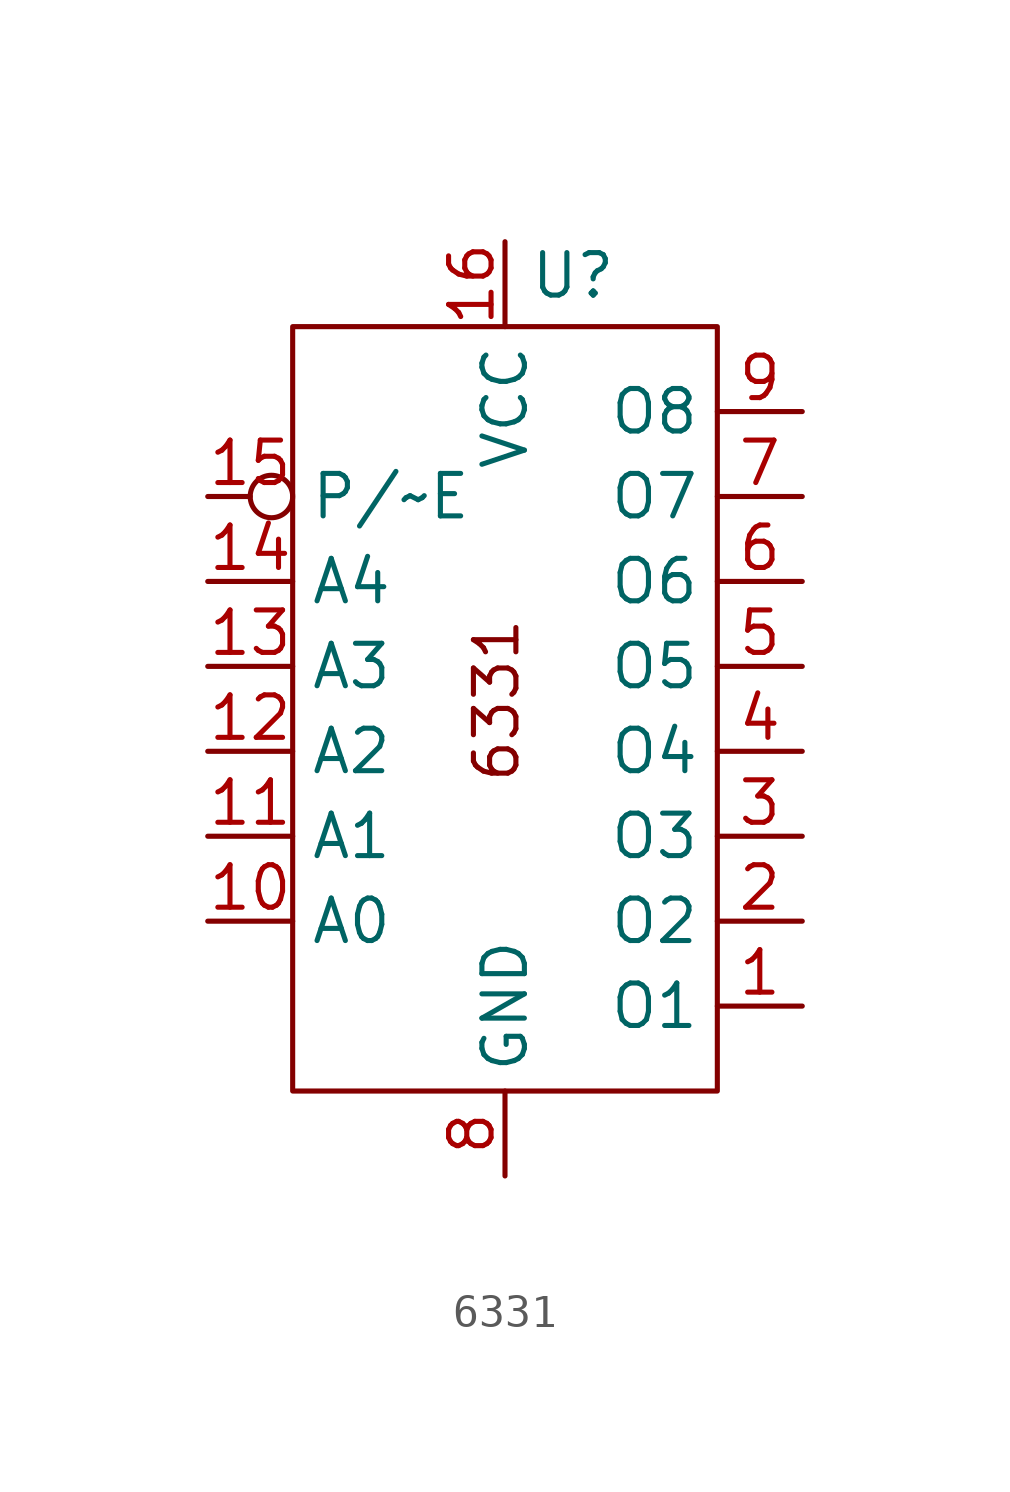
<source format=kicad_sym>
(kicad_symbol_lib
  (version 20231120)
  (generator "kicad_symbol_editor")
  (generator_version "8.0")
  (symbol "6331"
    (property "Reference" "U"
      (at 5.842 6.604 0)
      (effects (font (size 1.27 1.27))))
    (property "Value" ""
      (at 0 0 0)
      (effects (font (size 1.27 1.27))))
    (symbol "6331_0_1"
      (rectangle (start -2.54 5.08) (end 10.16 -17.78) (stroke (width 0) (type default)) (fill (type none))))
    (symbol "6331_1_1"
      (text "6331" (at 3.556 -6.096 900) (effects (font (size 1.27 1.27))))
      (pin output line (at 12.7 -15.24 180) (length 2.54) (name "O1" (effects (font (size 1.27 1.27)))) (number "1" (effects (font (size 1.27 1.27)))))
      (pin input line (at -5.08 -12.7 0) (length 2.54) (name "A0" (effects (font (size 1.27 1.27)))) (number "10" (effects (font (size 1.27 1.27)))))
      (pin input line (at -5.08 -10.16 0) (length 2.54) (name "A1" (effects (font (size 1.27 1.27)))) (number "11" (effects (font (size 1.27 1.27)))))
      (pin input line (at -5.08 -7.62 0) (length 2.54) (name "A2" (effects (font (size 1.27 1.27)))) (number "12" (effects (font (size 1.27 1.27)))))
      (pin input line (at -5.08 -5.08 0) (length 2.54) (name "A3" (effects (font (size 1.27 1.27)))) (number "13" (effects (font (size 1.27 1.27)))))
      (pin input line (at -5.08 -2.54 0) (length 2.54) (name "A4" (effects (font (size 1.27 1.27)))) (number "14" (effects (font (size 1.27 1.27)))))
      (pin input inverted (at -5.08 0 0) (length 2.54) (name "P/~E" (effects (font (size 1.27 1.27)))) (number "15" (effects (font (size 1.27 1.27)))))
      (pin power_in line (at 3.81 7.62 270) (length 2.54) (name "VCC" (effects (font (size 1.27 1.27)))) (number "16" (effects (font (size 1.27 1.27)))))
      (pin output line (at 12.7 -12.7 180) (length 2.54) (name "O2" (effects (font (size 1.27 1.27)))) (number "2" (effects (font (size 1.27 1.27)))))
      (pin output line (at 12.7 -10.16 180) (length 2.54) (name "O3" (effects (font (size 1.27 1.27)))) (number "3" (effects (font (size 1.27 1.27)))))
      (pin output line (at 12.7 -7.62 180) (length 2.54) (name "O4" (effects (font (size 1.27 1.27)))) (number "4" (effects (font (size 1.27 1.27)))))
      (pin output line (at 12.7 -5.08 180) (length 2.54) (name "O5" (effects (font (size 1.27 1.27)))) (number "5" (effects (font (size 1.27 1.27)))))
      (pin output line (at 12.7 -2.54 180) (length 2.54) (name "O6" (effects (font (size 1.27 1.27)))) (number "6" (effects (font (size 1.27 1.27)))))
      (pin output line (at 12.7 0 180) (length 2.54) (name "O7" (effects (font (size 1.27 1.27)))) (number "7" (effects (font (size 1.27 1.27)))))
      (pin power_in line (at 3.81 -20.32 90) (length 2.54) (name "GND" (effects (font (size 1.27 1.27)))) (number "8" (effects (font (size 1.27 1.27)))))
      (pin output line (at 12.7 2.54 180) (length 2.54) (name "O8" (effects (font (size 1.27 1.27)))) (number "9" (effects (font (size 1.27 1.27))))))))
</source>
